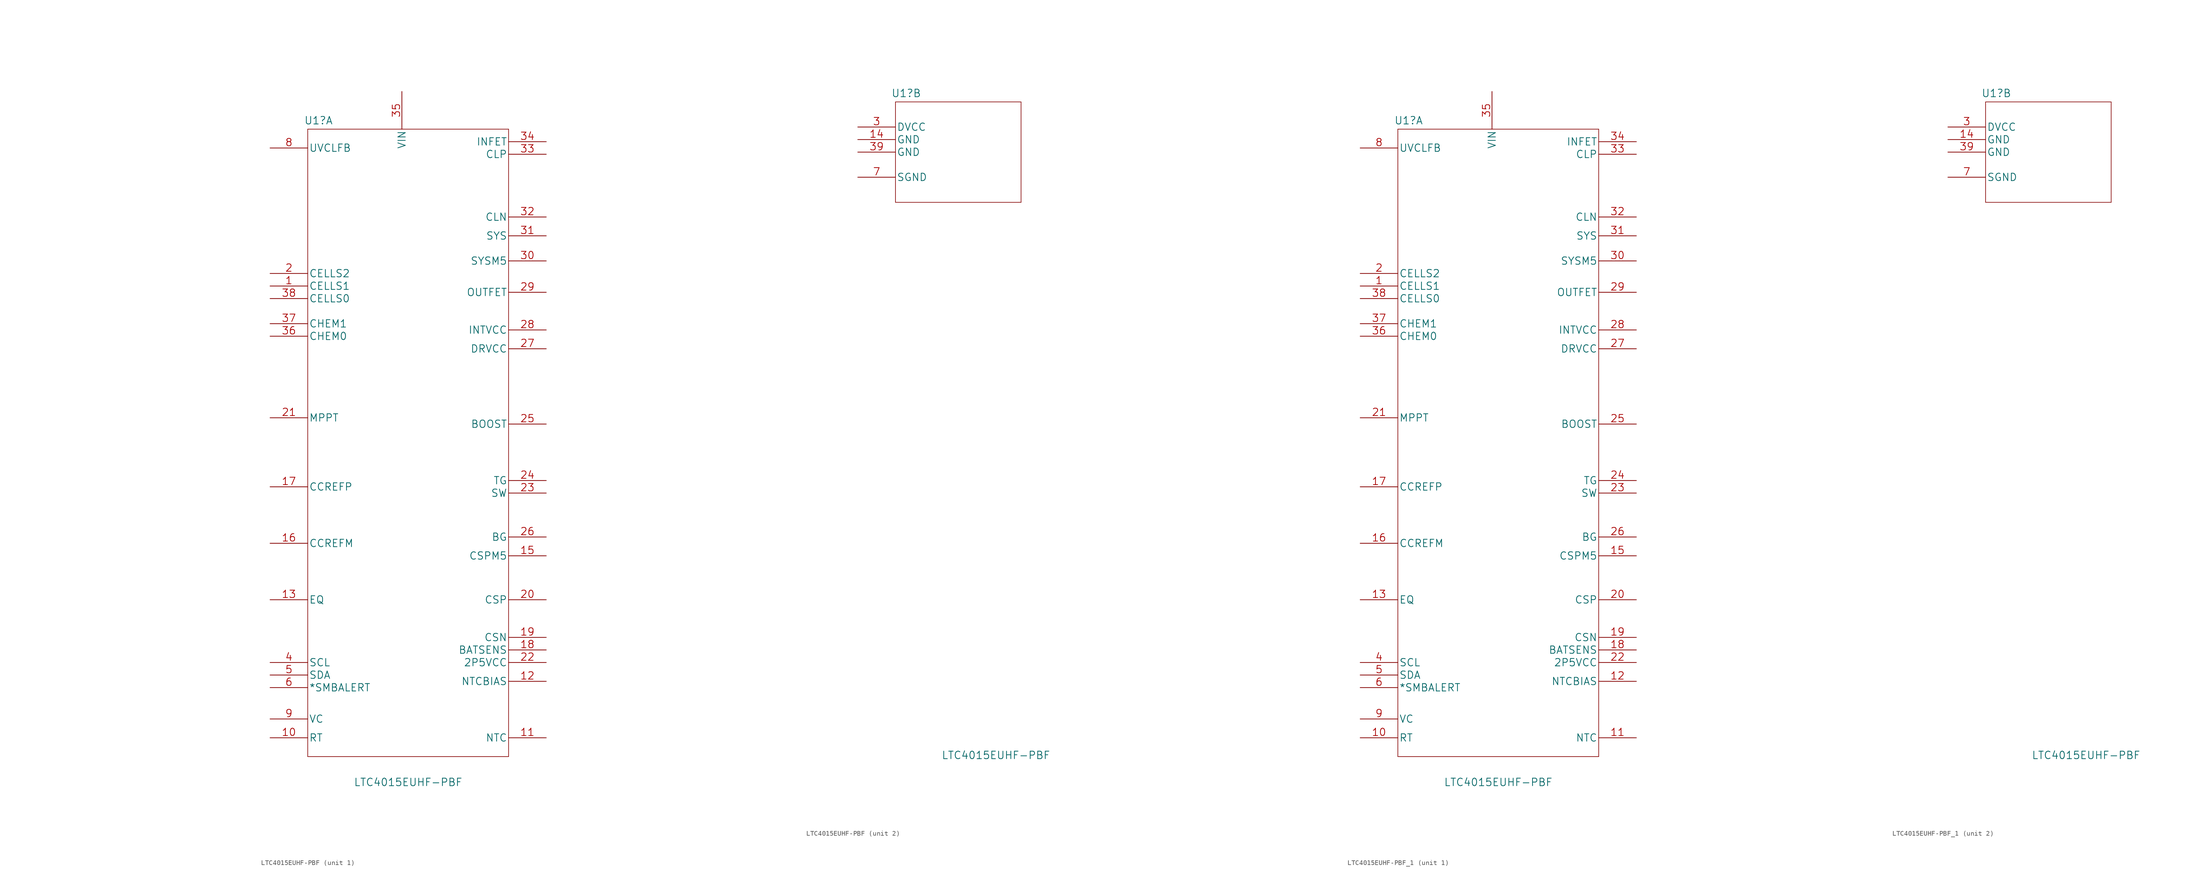
<source format=kicad_sym>
(kicad_symbol_lib
  (version 20231120)
  (generator "kicad_symbol_editor")
  (generator_version "8.0")
  (symbol "LTC4015EUHF-PBF"
    (pin_names
      (offset 0.254))
    (property "Reference" "U1"
      (at 9.806 6.831 0)
      (effects (font (size 1.524 1.524))))
    (property "Value" "LTC4015EUHF-PBF"
      (at 27.94 -127.109 0)
      (effects (font (size 1.524 1.524))))
    (property "Datasheet" ""
      (at -40.64 2.54 0)
      (effects (font (size 1.524 1.524))))
    (symbol "LTC4015EUHF-PBF_1_1"
      (polyline (pts (xy 7.62 -121.92) (xy 48.26 -121.92)) (stroke (width 0.127) (type default)) (fill (type none)))
      (polyline (pts (xy 7.62 5.08) (xy 7.62 -121.92)) (stroke (width 0.127) (type default)) (fill (type none)))
      (polyline (pts (xy 48.26 -121.92) (xy 48.26 5.08)) (stroke (width 0.127) (type default)) (fill (type none)))
      (polyline (pts (xy 48.26 5.08) (xy 7.62 5.08)) (stroke (width 0.127) (type default)) (fill (type none)))
      (pin unspecified line (at 0 -26.67 0) (length 7.62) (name "CELLS1" (effects (font (size 1.499 1.499)))) (number "1" (effects (font (size 1.499 1.499)))))
      (pin unspecified line (at 0 -118.11 0) (length 7.62) (name "RT" (effects (font (size 1.499 1.499)))) (number "10" (effects (font (size 1.499 1.499)))))
      (pin input line (at 55.88 -118.11 180) (length 7.62) (name "NTC" (effects (font (size 1.499 1.499)))) (number "11" (effects (font (size 1.499 1.499)))))
      (pin output line (at 55.88 -106.68 180) (length 7.62) (name "NTCBIAS" (effects (font (size 1.499 1.499)))) (number "12" (effects (font (size 1.499 1.499)))))
      (pin unspecified line (at 0 -90.17 0) (length 7.62) (name "EQ" (effects (font (size 1.499 1.499)))) (number "13" (effects (font (size 1.499 1.499)))))
      (pin unspecified line (at 55.88 -81.28 180) (length 7.62) (name "CSPM5" (effects (font (size 1.499 1.499)))) (number "15" (effects (font (size 1.499 1.499)))))
      (pin unspecified line (at 0 -78.74 0) (length 7.62) (name "CCREFM" (effects (font (size 1.499 1.499)))) (number "16" (effects (font (size 1.499 1.499)))))
      (pin unspecified line (at 0 -67.31 0) (length 7.62) (name "CCREFP" (effects (font (size 1.499 1.499)))) (number "17" (effects (font (size 1.499 1.499)))))
      (pin input line (at 55.88 -100.33 180) (length 7.62) (name "BATSENS" (effects (font (size 1.499 1.499)))) (number "18" (effects (font (size 1.499 1.499)))))
      (pin unspecified line (at 55.88 -97.79 180) (length 7.62) (name "CSN" (effects (font (size 1.499 1.499)))) (number "19" (effects (font (size 1.499 1.499)))))
      (pin unspecified line (at 0 -24.13 0) (length 7.62) (name "CELLS2" (effects (font (size 1.499 1.499)))) (number "2" (effects (font (size 1.499 1.499)))))
      (pin unspecified line (at 55.88 -90.17 180) (length 7.62) (name "CSP" (effects (font (size 1.499 1.499)))) (number "20" (effects (font (size 1.499 1.499)))))
      (pin unspecified line (at 0 -53.34 0) (length 7.62) (name "MPPT" (effects (font (size 1.499 1.499)))) (number "21" (effects (font (size 1.499 1.499)))))
      (pin unspecified line (at 55.88 -102.87 180) (length 7.62) (name "2P5VCC" (effects (font (size 1.499 1.499)))) (number "22" (effects (font (size 1.499 1.499)))))
      (pin unspecified line (at 55.88 -68.58 180) (length 7.62) (name "SW" (effects (font (size 1.499 1.499)))) (number "23" (effects (font (size 1.499 1.499)))))
      (pin unspecified line (at 55.88 -66.04 180) (length 7.62) (name "TG" (effects (font (size 1.499 1.499)))) (number "24" (effects (font (size 1.499 1.499)))))
      (pin unspecified line (at 55.88 -54.61 180) (length 7.62) (name "BOOST" (effects (font (size 1.499 1.499)))) (number "25" (effects (font (size 1.499 1.499)))))
      (pin unspecified line (at 55.88 -77.47 180) (length 7.62) (name "BG" (effects (font (size 1.499 1.499)))) (number "26" (effects (font (size 1.499 1.499)))))
      (pin unspecified line (at 55.88 -39.37 180) (length 7.62) (name "DRVCC" (effects (font (size 1.499 1.499)))) (number "27" (effects (font (size 1.499 1.499)))))
      (pin bidirectional line (at 55.88 -35.56 180) (length 7.62) (name "INTVCC" (effects (font (size 1.499 1.499)))) (number "28" (effects (font (size 1.499 1.499)))))
      (pin output line (at 55.88 -27.94 180) (length 7.62) (name "OUTFET" (effects (font (size 1.499 1.499)))) (number "29" (effects (font (size 1.499 1.499)))))
      (pin unspecified line (at 55.88 -21.59 180) (length 7.62) (name "SYSM5" (effects (font (size 1.499 1.499)))) (number "30" (effects (font (size 1.499 1.499)))))
      (pin input line (at 55.88 -16.51 180) (length 7.62) (name "SYS" (effects (font (size 1.499 1.499)))) (number "31" (effects (font (size 1.499 1.499)))))
      (pin input line (at 55.88 -12.7 180) (length 7.62) (name "CLN" (effects (font (size 1.499 1.499)))) (number "32" (effects (font (size 1.499 1.499)))))
      (pin input line (at 55.88 0 180) (length 7.62) (name "CLP" (effects (font (size 1.499 1.499)))) (number "33" (effects (font (size 1.499 1.499)))))
      (pin bidirectional line (at 55.88 2.54 180) (length 7.62) (name "INFET" (effects (font (size 1.499 1.499)))) (number "34" (effects (font (size 1.499 1.499)))))
      (pin input line (at 26.67 12.7 270) (length 7.62) (name "VIN" (effects (font (size 1.499 1.499)))) (number "35" (effects (font (size 1.499 1.499)))))
      (pin unspecified line (at 0 -36.83 0) (length 7.62) (name "CHEM0" (effects (font (size 1.499 1.499)))) (number "36" (effects (font (size 1.499 1.499)))))
      (pin unspecified line (at 0 -34.29 0) (length 7.62) (name "CHEM1" (effects (font (size 1.499 1.499)))) (number "37" (effects (font (size 1.499 1.499)))))
      (pin unspecified line (at 0 -29.21 0) (length 7.62) (name "CELLS0" (effects (font (size 1.499 1.499)))) (number "38" (effects (font (size 1.499 1.499)))))
      (pin input line (at 0 -102.87 0) (length 7.62) (name "SCL" (effects (font (size 1.499 1.499)))) (number "4" (effects (font (size 1.499 1.499)))))
      (pin bidirectional line (at 0 -105.41 0) (length 7.62) (name "SDA" (effects (font (size 1.499 1.499)))) (number "5" (effects (font (size 1.499 1.499)))))
      (pin unspecified line (at 0 -107.95 0) (length 7.62) (name "*SMBALERT" (effects (font (size 1.499 1.499)))) (number "6" (effects (font (size 1.499 1.499)))))
      (pin unspecified line (at 0 1.27 0) (length 7.62) (name "UVCLFB" (effects (font (size 1.499 1.499)))) (number "8" (effects (font (size 1.499 1.499)))))
      (pin unspecified line (at 0 -114.3 0) (length 7.62) (name "VC" (effects (font (size 1.499 1.499)))) (number "9" (effects (font (size 1.499 1.499))))))
    (symbol "LTC4015EUHF-PBF_2_1"
      (polyline (pts (xy 7.62 -15.24) (xy 33.02 -15.24)) (stroke (width 0.127) (type default)) (fill (type none)))
      (polyline (pts (xy 7.62 5.08) (xy 7.62 -15.24)) (stroke (width 0.127) (type default)) (fill (type none)))
      (polyline (pts (xy 33.02 -15.24) (xy 33.02 5.08)) (stroke (width 0.127) (type default)) (fill (type none)))
      (polyline (pts (xy 33.02 5.08) (xy 7.62 5.08)) (stroke (width 0.127) (type default)) (fill (type none)))
      (pin bidirectional line (at 0 -2.54 0) (length 7.62) (name "GND" (effects (font (size 1.499 1.499)))) (number "14" (effects (font (size 1.499 1.499)))))
      (pin bidirectional line (at 0 0 0) (length 7.62) (name "DVCC" (effects (font (size 1.499 1.499)))) (number "3" (effects (font (size 1.499 1.499)))))
      (pin bidirectional line (at 0 -5.08 0) (length 7.62) (name "GND" (effects (font (size 1.499 1.499)))) (number "39" (effects (font (size 1.499 1.499)))))
      (pin bidirectional line (at 0 -10.16 0) (length 7.62) (name "SGND" (effects (font (size 1.499 1.499)))) (number "7" (effects (font (size 1.499 1.499)))))))
  (symbol "LTC4015EUHF-PBF_1"
    (pin_names
      (offset 0.254))
    (property "Reference" "U1"
      (at 9.806 6.831 0)
      (effects (font (size 1.524 1.524))))
    (property "Value" "LTC4015EUHF-PBF"
      (at 27.94 -127.109 0)
      (effects (font (size 1.524 1.524))))
    (property "Datasheet" ""
      (at -40.64 2.54 0)
      (effects (font (size 1.524 1.524))))
    (symbol "LTC4015EUHF-PBF_1_1_1"
      (polyline (pts (xy 7.62 -121.92) (xy 48.26 -121.92)) (stroke (width 0.127) (type default)) (fill (type none)))
      (polyline (pts (xy 7.62 5.08) (xy 7.62 -121.92)) (stroke (width 0.127) (type default)) (fill (type none)))
      (polyline (pts (xy 48.26 -121.92) (xy 48.26 5.08)) (stroke (width 0.127) (type default)) (fill (type none)))
      (polyline (pts (xy 48.26 5.08) (xy 7.62 5.08)) (stroke (width 0.127) (type default)) (fill (type none)))
      (pin unspecified line (at 0 -26.67 0) (length 7.62) (name "CELLS1" (effects (font (size 1.499 1.499)))) (number "1" (effects (font (size 1.499 1.499)))))
      (pin unspecified line (at 0 -118.11 0) (length 7.62) (name "RT" (effects (font (size 1.499 1.499)))) (number "10" (effects (font (size 1.499 1.499)))))
      (pin input line (at 55.88 -118.11 180) (length 7.62) (name "NTC" (effects (font (size 1.499 1.499)))) (number "11" (effects (font (size 1.499 1.499)))))
      (pin output line (at 55.88 -106.68 180) (length 7.62) (name "NTCBIAS" (effects (font (size 1.499 1.499)))) (number "12" (effects (font (size 1.499 1.499)))))
      (pin unspecified line (at 0 -90.17 0) (length 7.62) (name "EQ" (effects (font (size 1.499 1.499)))) (number "13" (effects (font (size 1.499 1.499)))))
      (pin unspecified line (at 55.88 -81.28 180) (length 7.62) (name "CSPM5" (effects (font (size 1.499 1.499)))) (number "15" (effects (font (size 1.499 1.499)))))
      (pin unspecified line (at 0 -78.74 0) (length 7.62) (name "CCREFM" (effects (font (size 1.499 1.499)))) (number "16" (effects (font (size 1.499 1.499)))))
      (pin unspecified line (at 0 -67.31 0) (length 7.62) (name "CCREFP" (effects (font (size 1.499 1.499)))) (number "17" (effects (font (size 1.499 1.499)))))
      (pin input line (at 55.88 -100.33 180) (length 7.62) (name "BATSENS" (effects (font (size 1.499 1.499)))) (number "18" (effects (font (size 1.499 1.499)))))
      (pin unspecified line (at 55.88 -97.79 180) (length 7.62) (name "CSN" (effects (font (size 1.499 1.499)))) (number "19" (effects (font (size 1.499 1.499)))))
      (pin unspecified line (at 0 -24.13 0) (length 7.62) (name "CELLS2" (effects (font (size 1.499 1.499)))) (number "2" (effects (font (size 1.499 1.499)))))
      (pin unspecified line (at 55.88 -90.17 180) (length 7.62) (name "CSP" (effects (font (size 1.499 1.499)))) (number "20" (effects (font (size 1.499 1.499)))))
      (pin unspecified line (at 0 -53.34 0) (length 7.62) (name "MPPT" (effects (font (size 1.499 1.499)))) (number "21" (effects (font (size 1.499 1.499)))))
      (pin unspecified line (at 55.88 -102.87 180) (length 7.62) (name "2P5VCC" (effects (font (size 1.499 1.499)))) (number "22" (effects (font (size 1.499 1.499)))))
      (pin unspecified line (at 55.88 -68.58 180) (length 7.62) (name "SW" (effects (font (size 1.499 1.499)))) (number "23" (effects (font (size 1.499 1.499)))))
      (pin unspecified line (at 55.88 -66.04 180) (length 7.62) (name "TG" (effects (font (size 1.499 1.499)))) (number "24" (effects (font (size 1.499 1.499)))))
      (pin unspecified line (at 55.88 -54.61 180) (length 7.62) (name "BOOST" (effects (font (size 1.499 1.499)))) (number "25" (effects (font (size 1.499 1.499)))))
      (pin unspecified line (at 55.88 -77.47 180) (length 7.62) (name "BG" (effects (font (size 1.499 1.499)))) (number "26" (effects (font (size 1.499 1.499)))))
      (pin unspecified line (at 55.88 -39.37 180) (length 7.62) (name "DRVCC" (effects (font (size 1.499 1.499)))) (number "27" (effects (font (size 1.499 1.499)))))
      (pin bidirectional line (at 55.88 -35.56 180) (length 7.62) (name "INTVCC" (effects (font (size 1.499 1.499)))) (number "28" (effects (font (size 1.499 1.499)))))
      (pin output line (at 55.88 -27.94 180) (length 7.62) (name "OUTFET" (effects (font (size 1.499 1.499)))) (number "29" (effects (font (size 1.499 1.499)))))
      (pin unspecified line (at 55.88 -21.59 180) (length 7.62) (name "SYSM5" (effects (font (size 1.499 1.499)))) (number "30" (effects (font (size 1.499 1.499)))))
      (pin input line (at 55.88 -16.51 180) (length 7.62) (name "SYS" (effects (font (size 1.499 1.499)))) (number "31" (effects (font (size 1.499 1.499)))))
      (pin input line (at 55.88 -12.7 180) (length 7.62) (name "CLN" (effects (font (size 1.499 1.499)))) (number "32" (effects (font (size 1.499 1.499)))))
      (pin input line (at 55.88 0 180) (length 7.62) (name "CLP" (effects (font (size 1.499 1.499)))) (number "33" (effects (font (size 1.499 1.499)))))
      (pin bidirectional line (at 55.88 2.54 180) (length 7.62) (name "INFET" (effects (font (size 1.499 1.499)))) (number "34" (effects (font (size 1.499 1.499)))))
      (pin input line (at 26.67 12.7 270) (length 7.62) (name "VIN" (effects (font (size 1.499 1.499)))) (number "35" (effects (font (size 1.499 1.499)))))
      (pin unspecified line (at 0 -36.83 0) (length 7.62) (name "CHEM0" (effects (font (size 1.499 1.499)))) (number "36" (effects (font (size 1.499 1.499)))))
      (pin unspecified line (at 0 -34.29 0) (length 7.62) (name "CHEM1" (effects (font (size 1.499 1.499)))) (number "37" (effects (font (size 1.499 1.499)))))
      (pin unspecified line (at 0 -29.21 0) (length 7.62) (name "CELLS0" (effects (font (size 1.499 1.499)))) (number "38" (effects (font (size 1.499 1.499)))))
      (pin input line (at 0 -102.87 0) (length 7.62) (name "SCL" (effects (font (size 1.499 1.499)))) (number "4" (effects (font (size 1.499 1.499)))))
      (pin bidirectional line (at 0 -105.41 0) (length 7.62) (name "SDA" (effects (font (size 1.499 1.499)))) (number "5" (effects (font (size 1.499 1.499)))))
      (pin unspecified line (at 0 -107.95 0) (length 7.62) (name "*SMBALERT" (effects (font (size 1.499 1.499)))) (number "6" (effects (font (size 1.499 1.499)))))
      (pin unspecified line (at 0 1.27 0) (length 7.62) (name "UVCLFB" (effects (font (size 1.499 1.499)))) (number "8" (effects (font (size 1.499 1.499)))))
      (pin unspecified line (at 0 -114.3 0) (length 7.62) (name "VC" (effects (font (size 1.499 1.499)))) (number "9" (effects (font (size 1.499 1.499))))))
    (symbol "LTC4015EUHF-PBF_1_2_1"
      (polyline (pts (xy 7.62 -15.24) (xy 33.02 -15.24)) (stroke (width 0.127) (type default)) (fill (type none)))
      (polyline (pts (xy 7.62 5.08) (xy 7.62 -15.24)) (stroke (width 0.127) (type default)) (fill (type none)))
      (polyline (pts (xy 33.02 -15.24) (xy 33.02 5.08)) (stroke (width 0.127) (type default)) (fill (type none)))
      (polyline (pts (xy 33.02 5.08) (xy 7.62 5.08)) (stroke (width 0.127) (type default)) (fill (type none)))
      (pin bidirectional line (at 0 -2.54 0) (length 7.62) (name "GND" (effects (font (size 1.499 1.499)))) (number "14" (effects (font (size 1.499 1.499)))))
      (pin bidirectional line (at 0 0 0) (length 7.62) (name "DVCC" (effects (font (size 1.499 1.499)))) (number "3" (effects (font (size 1.499 1.499)))))
      (pin bidirectional line (at 0 -5.08 0) (length 7.62) (name "GND" (effects (font (size 1.499 1.499)))) (number "39" (effects (font (size 1.499 1.499)))))
      (pin bidirectional line (at 0 -10.16 0) (length 7.62) (name "SGND" (effects (font (size 1.499 1.499)))) (number "7" (effects (font (size 1.499 1.499))))))))
</source>
